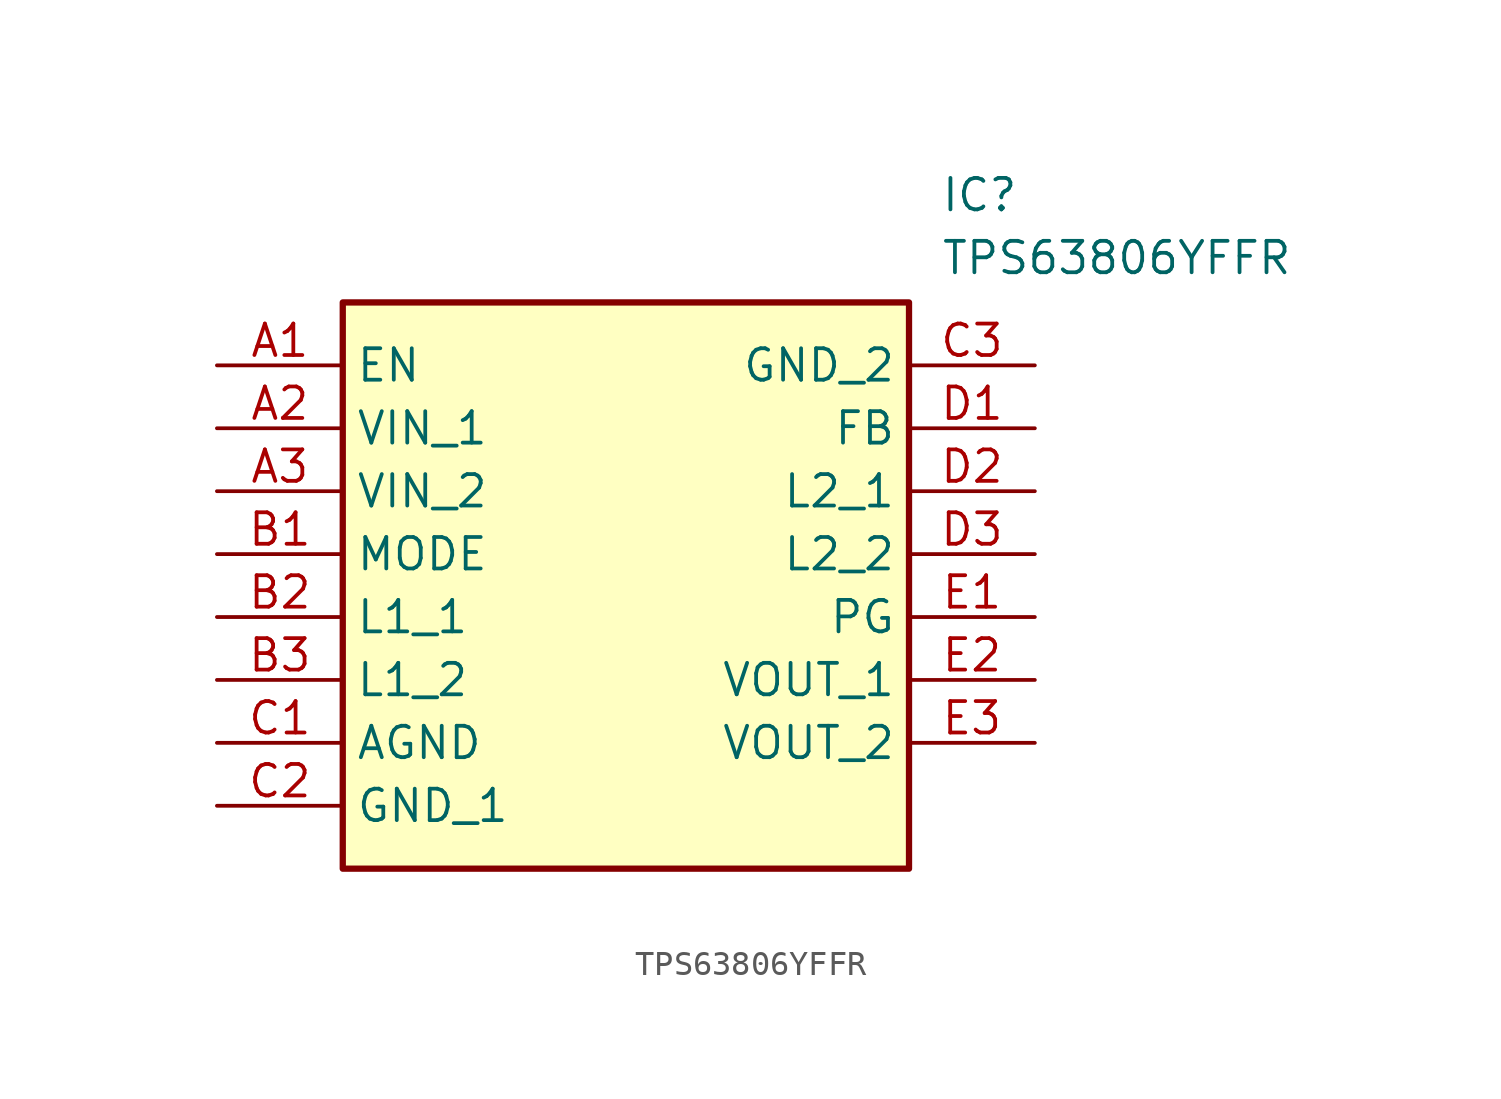
<source format=kicad_sym>
(kicad_symbol_lib
  (version 20211014)
  (generator SamacSys_ECAD_Model)
  (symbol "TPS63806YFFR"
    (property "Reference" "IC"
      (at 29.21 7.62 0)
      (effects (font (size 1.27 1.27)) (justify left top)))
    (property "Value" "TPS63806YFFR"
      (at 29.21 5.08 0)
      (effects (font (size 1.27 1.27)) (justify left top)))
    (rectangle
      (start 5.08 2.54)
      (end 27.94 -20.32)
      (stroke (width 0.254) (type default))
      (fill (type background)))
    (pin passive line
      (at 0 0 0)
      (length 5.08)
      (name "EN" (effects (font (size 1.27 1.27))))
      (number "A1" (effects (font (size 1.27 1.27)))))
    (pin passive line
      (at 0 -2.54 0)
      (length 5.08)
      (name "VIN_1" (effects (font (size 1.27 1.27))))
      (number "A2" (effects (font (size 1.27 1.27)))))
    (pin passive line
      (at 0 -5.08 0)
      (length 5.08)
      (name "VIN_2" (effects (font (size 1.27 1.27))))
      (number "A3" (effects (font (size 1.27 1.27)))))
    (pin passive line
      (at 0 -7.62 0)
      (length 5.08)
      (name "MODE" (effects (font (size 1.27 1.27))))
      (number "B1" (effects (font (size 1.27 1.27)))))
    (pin passive line
      (at 0 -10.16 0)
      (length 5.08)
      (name "L1_1" (effects (font (size 1.27 1.27))))
      (number "B2" (effects (font (size 1.27 1.27)))))
    (pin passive line
      (at 0 -12.7 0)
      (length 5.08)
      (name "L1_2" (effects (font (size 1.27 1.27))))
      (number "B3" (effects (font (size 1.27 1.27)))))
    (pin passive line
      (at 0 -15.24 0)
      (length 5.08)
      (name "AGND" (effects (font (size 1.27 1.27))))
      (number "C1" (effects (font (size 1.27 1.27)))))
    (pin passive line
      (at 0 -17.78 0)
      (length 5.08)
      (name "GND_1" (effects (font (size 1.27 1.27))))
      (number "C2" (effects (font (size 1.27 1.27)))))
    (pin passive line
      (at 33.02 0 180)
      (length 5.08)
      (name "GND_2" (effects (font (size 1.27 1.27))))
      (number "C3" (effects (font (size 1.27 1.27)))))
    (pin passive line
      (at 33.02 -2.54 180)
      (length 5.08)
      (name "FB" (effects (font (size 1.27 1.27))))
      (number "D1" (effects (font (size 1.27 1.27)))))
    (pin passive line
      (at 33.02 -5.08 180)
      (length 5.08)
      (name "L2_1" (effects (font (size 1.27 1.27))))
      (number "D2" (effects (font (size 1.27 1.27)))))
    (pin passive line
      (at 33.02 -7.62 180)
      (length 5.08)
      (name "L2_2" (effects (font (size 1.27 1.27))))
      (number "D3" (effects (font (size 1.27 1.27)))))
    (pin passive line
      (at 33.02 -10.16 180)
      (length 5.08)
      (name "PG" (effects (font (size 1.27 1.27))))
      (number "E1" (effects (font (size 1.27 1.27)))))
    (pin passive line
      (at 33.02 -12.7 180)
      (length 5.08)
      (name "VOUT_1" (effects (font (size 1.27 1.27))))
      (number "E2" (effects (font (size 1.27 1.27)))))
    (pin passive line
      (at 33.02 -15.24 180)
      (length 5.08)
      (name "VOUT_2" (effects (font (size 1.27 1.27))))
      (number "E3" (effects (font (size 1.27 1.27)))))))
</source>
